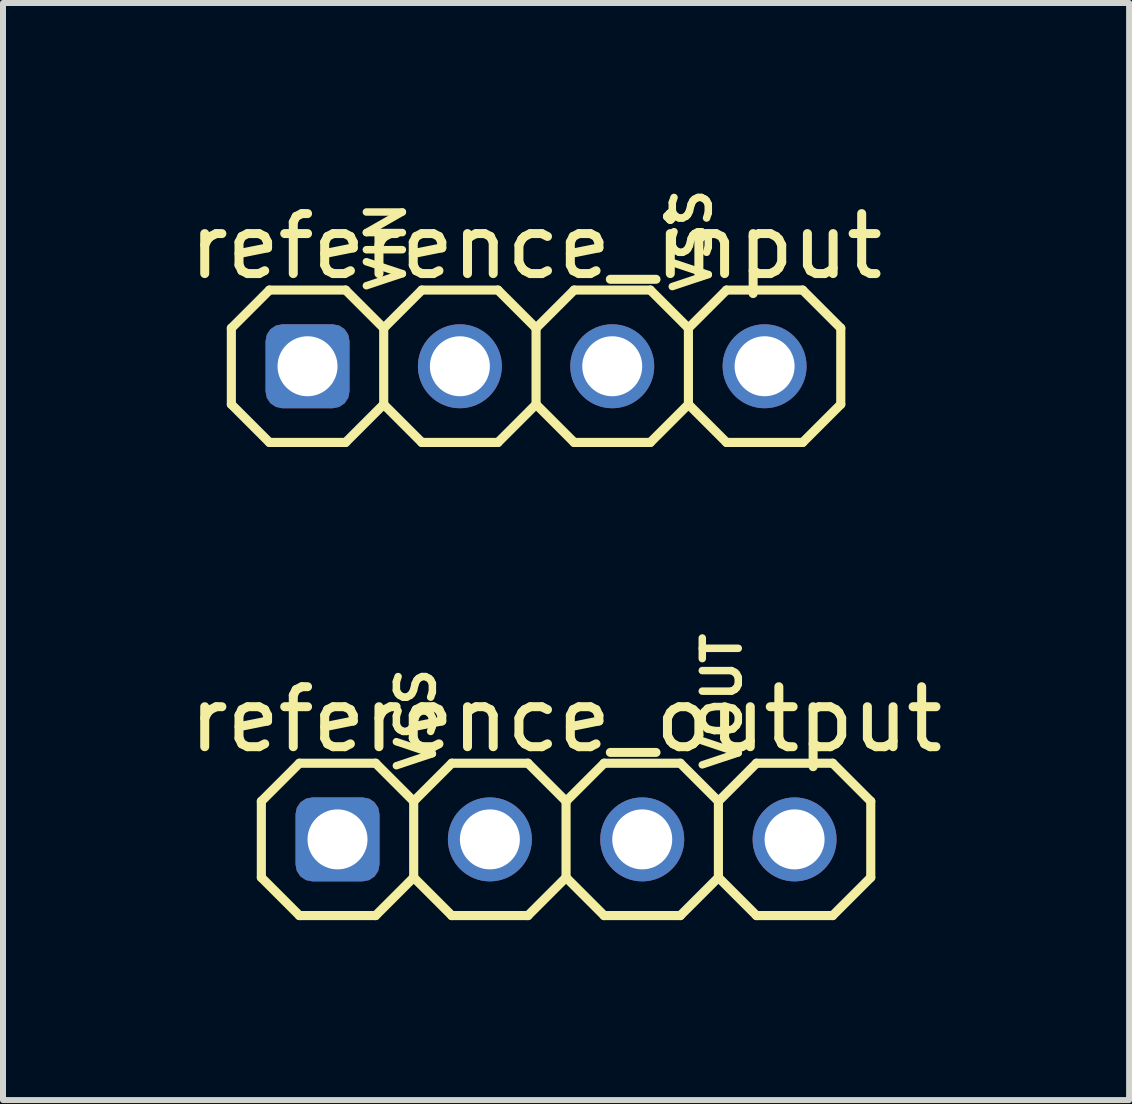
<source format=kicad_pcb>
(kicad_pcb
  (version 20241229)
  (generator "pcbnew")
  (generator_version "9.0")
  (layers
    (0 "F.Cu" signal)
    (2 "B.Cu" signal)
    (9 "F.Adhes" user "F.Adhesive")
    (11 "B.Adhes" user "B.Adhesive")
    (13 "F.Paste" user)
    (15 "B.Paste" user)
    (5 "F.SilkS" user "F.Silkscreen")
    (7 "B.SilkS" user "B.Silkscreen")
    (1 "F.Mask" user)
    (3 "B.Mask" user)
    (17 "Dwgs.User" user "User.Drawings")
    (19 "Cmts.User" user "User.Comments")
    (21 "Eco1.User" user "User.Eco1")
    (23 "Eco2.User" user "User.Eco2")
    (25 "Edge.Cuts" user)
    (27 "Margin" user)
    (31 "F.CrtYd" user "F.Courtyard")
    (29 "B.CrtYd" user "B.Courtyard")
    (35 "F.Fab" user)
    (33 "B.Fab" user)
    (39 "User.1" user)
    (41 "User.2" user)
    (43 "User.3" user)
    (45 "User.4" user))
  (footprint "reference_input"
    (layer "F.Cu")
    (at 5.887 3.056)
    (property "Reference" "reference_input" (at 0 -2 0) (layer "F.SilkS") (effects (font (size 1 1) (thickness 0.15))))
    (attr through_hole exclude_from_pos_files exclude_from_bom)
    (fp_line (start -5.08 -0.635) (end -5.08 0.635) (stroke (width 0.152) (type solid)) (layer "F.SilkS"))
    (fp_line (start -5.08 0.635) (end -4.445 1.27) (stroke (width 0.152) (type solid)) (layer "F.SilkS"))
    (fp_line (start -4.445 -1.27) (end -5.08 -0.635) (stroke (width 0.152) (type solid)) (layer "F.SilkS"))
    (fp_line (start -4.445 -1.27) (end -3.175 -1.27) (stroke (width 0.152) (type solid)) (layer "F.SilkS"))
    (fp_line (start -3.175 -1.27) (end -2.54 -0.635) (stroke (width 0.152) (type solid)) (layer "F.SilkS"))
    (fp_line (start -3.175 1.27) (end -4.445 1.27) (stroke (width 0.152) (type solid)) (layer "F.SilkS"))
    (fp_line (start -2.54 -0.635) (end -2.54 0.635) (stroke (width 0.152) (type solid)) (layer "F.SilkS"))
    (fp_line (start -2.54 -0.635) (end -1.905 -1.27) (stroke (width 0.152) (type solid)) (layer "F.SilkS"))
    (fp_line (start -2.54 0.635) (end -3.175 1.27) (stroke (width 0.152) (type solid)) (layer "F.SilkS"))
    (fp_line (start -1.905 -1.27) (end -0.635 -1.27) (stroke (width 0.152) (type solid)) (layer "F.SilkS"))
    (fp_line (start -1.905 1.27) (end -2.54 0.635) (stroke (width 0.152) (type solid)) (layer "F.SilkS"))
    (fp_line (start -0.635 -1.27) (end 0 -0.635) (stroke (width 0.152) (type solid)) (layer "F.SilkS"))
    (fp_line (start -0.635 1.27) (end -1.905 1.27) (stroke (width 0.152) (type solid)) (layer "F.SilkS"))
    (fp_line (start 0 -0.635) (end 0 0.635) (stroke (width 0.152) (type solid)) (layer "F.SilkS"))
    (fp_line (start 0 -0.635) (end 0.635 -1.27) (stroke (width 0.152) (type solid)) (layer "F.SilkS"))
    (fp_line (start 0 0.635) (end -0.635 1.27) (stroke (width 0.152) (type solid)) (layer "F.SilkS"))
    (fp_line (start 0.635 -1.27) (end 1.905 -1.27) (stroke (width 0.152) (type solid)) (layer "F.SilkS"))
    (fp_line (start 0.635 1.27) (end 0 0.635) (stroke (width 0.152) (type solid)) (layer "F.SilkS"))
    (fp_line (start 1.905 -1.27) (end 2.54 -0.635) (stroke (width 0.152) (type solid)) (layer "F.SilkS"))
    (fp_line (start 1.905 1.27) (end 0.635 1.27) (stroke (width 0.152) (type solid)) (layer "F.SilkS"))
    (fp_line (start 2.54 -0.635) (end 2.54 0.635) (stroke (width 0.152) (type solid)) (layer "F.SilkS"))
    (fp_line (start 2.54 0.635) (end 1.905 1.27) (stroke (width 0.152) (type solid)) (layer "F.SilkS"))
    (fp_line (start 2.54 0.635) (end 3.175 1.27) (stroke (width 0.152) (type solid)) (layer "F.SilkS"))
    (fp_line (start 3.175 -1.27) (end 2.54 -0.635) (stroke (width 0.152) (type solid)) (layer "F.SilkS"))
    (fp_line (start 3.175 -1.27) (end 4.445 -1.27) (stroke (width 0.152) (type solid)) (layer "F.SilkS"))
    (fp_line (start 4.445 -1.27) (end 5.08 -0.635) (stroke (width 0.152) (type solid)) (layer "F.SilkS"))
    (fp_line (start 4.445 1.27) (end 3.175 1.27) (stroke (width 0.152) (type solid)) (layer "F.SilkS"))
    (fp_line (start 5.08 -0.635) (end 5.08 0.635) (stroke (width 0.152) (type solid)) (layer "F.SilkS"))
    (fp_line (start 5.08 0.635) (end 4.445 1.27) (stroke (width 0.152) (type solid)) (layer "F.SilkS"))
    (fp_text user "VIN" (at -2.5 -2 90) (layer "F.SilkS") (effects (font (size 0.6 0.6) (thickness 0.125))))
    (fp_text user "VSS" (at 2.6 -2.1 90) (layer "F.SilkS") (effects (font (size 0.6 0.6) (thickness 0.125))))
    (pad "1" thru_hole roundrect (at -3.81 0 180) (size 1.4 1.4) (drill 1) (layers "*.Cu" "*.Mask") (roundrect_rratio 0.2))
    (pad "2" thru_hole circle (at -1.27 0 180) (size 1.4 1.4) (drill 1) (layers "*.Cu" "*.Mask"))
    (pad "3" thru_hole circle (at 1.27 0 180) (size 1.4 1.4) (drill 1) (layers "*.Cu" "*.Mask"))
    (pad "4" thru_hole circle (at 3.81 0 180) (size 1.4 1.4) (drill 1) (layers "*.Cu" "*.Mask")))
  (footprint "reference_output"
    (layer "F.Cu")
    (at 6.387 10.944)
    (property "Reference" "reference_output" (at 0 -2 0) (layer "F.SilkS") (effects (font (size 1 1) (thickness 0.15))))
    (attr through_hole exclude_from_pos_files exclude_from_bom)
    (fp_line (start -5.08 -0.635) (end -5.08 0.635) (stroke (width 0.152) (type solid)) (layer "F.SilkS"))
    (fp_line (start -5.08 0.635) (end -4.445 1.27) (stroke (width 0.152) (type solid)) (layer "F.SilkS"))
    (fp_line (start -4.445 -1.27) (end -5.08 -0.635) (stroke (width 0.152) (type solid)) (layer "F.SilkS"))
    (fp_line (start -4.445 -1.27) (end -3.175 -1.27) (stroke (width 0.152) (type solid)) (layer "F.SilkS"))
    (fp_line (start -3.175 -1.27) (end -2.54 -0.635) (stroke (width 0.152) (type solid)) (layer "F.SilkS"))
    (fp_line (start -3.175 1.27) (end -4.445 1.27) (stroke (width 0.152) (type solid)) (layer "F.SilkS"))
    (fp_line (start -2.54 -0.635) (end -2.54 0.635) (stroke (width 0.152) (type solid)) (layer "F.SilkS"))
    (fp_line (start -2.54 -0.635) (end -1.905 -1.27) (stroke (width 0.152) (type solid)) (layer "F.SilkS"))
    (fp_line (start -2.54 0.635) (end -3.175 1.27) (stroke (width 0.152) (type solid)) (layer "F.SilkS"))
    (fp_line (start -1.905 -1.27) (end -0.635 -1.27) (stroke (width 0.152) (type solid)) (layer "F.SilkS"))
    (fp_line (start -1.905 1.27) (end -2.54 0.635) (stroke (width 0.152) (type solid)) (layer "F.SilkS"))
    (fp_line (start -0.635 -1.27) (end 0 -0.635) (stroke (width 0.152) (type solid)) (layer "F.SilkS"))
    (fp_line (start -0.635 1.27) (end -1.905 1.27) (stroke (width 0.152) (type solid)) (layer "F.SilkS"))
    (fp_line (start 0 -0.635) (end 0 0.635) (stroke (width 0.152) (type solid)) (layer "F.SilkS"))
    (fp_line (start 0 -0.635) (end 0.635 -1.27) (stroke (width 0.152) (type solid)) (layer "F.SilkS"))
    (fp_line (start 0 0.635) (end -0.635 1.27) (stroke (width 0.152) (type solid)) (layer "F.SilkS"))
    (fp_line (start 0.635 -1.27) (end 1.905 -1.27) (stroke (width 0.152) (type solid)) (layer "F.SilkS"))
    (fp_line (start 0.635 1.27) (end 0 0.635) (stroke (width 0.152) (type solid)) (layer "F.SilkS"))
    (fp_line (start 1.905 -1.27) (end 2.54 -0.635) (stroke (width 0.152) (type solid)) (layer "F.SilkS"))
    (fp_line (start 1.905 1.27) (end 0.635 1.27) (stroke (width 0.152) (type solid)) (layer "F.SilkS"))
    (fp_line (start 2.54 -0.635) (end 2.54 0.635) (stroke (width 0.152) (type solid)) (layer "F.SilkS"))
    (fp_line (start 2.54 0.635) (end 1.905 1.27) (stroke (width 0.152) (type solid)) (layer "F.SilkS"))
    (fp_line (start 2.54 0.635) (end 3.175 1.27) (stroke (width 0.152) (type solid)) (layer "F.SilkS"))
    (fp_line (start 3.175 -1.27) (end 2.54 -0.635) (stroke (width 0.152) (type solid)) (layer "F.SilkS"))
    (fp_line (start 3.175 -1.27) (end 4.445 -1.27) (stroke (width 0.152) (type solid)) (layer "F.SilkS"))
    (fp_line (start 4.445 -1.27) (end 5.08 -0.635) (stroke (width 0.152) (type solid)) (layer "F.SilkS"))
    (fp_line (start 4.445 1.27) (end 3.175 1.27) (stroke (width 0.152) (type solid)) (layer "F.SilkS"))
    (fp_line (start 5.08 -0.635) (end 5.08 0.635) (stroke (width 0.152) (type solid)) (layer "F.SilkS"))
    (fp_line (start 5.08 0.635) (end 4.445 1.27) (stroke (width 0.152) (type solid)) (layer "F.SilkS"))
    (fp_text user "VSS" (at -2.5 -2 90) (layer "F.SilkS") (effects (font (size 0.6 0.6) (thickness 0.125))))
    (fp_text user "VOUT" (at 2.6 -2.3 90) (layer "F.SilkS") (effects (font (size 0.6 0.6) (thickness 0.125))))
    (pad "1" thru_hole roundrect (at -3.81 0 180) (size 1.4 1.4) (drill 1) (layers "*.Cu" "*.Mask") (roundrect_rratio 0.2))
    (pad "2" thru_hole circle (at -1.27 0 180) (size 1.4 1.4) (drill 1) (layers "*.Cu" "*.Mask"))
    (pad "3" thru_hole circle (at 1.27 0 180) (size 1.4 1.4) (drill 1) (layers "*.Cu" "*.Mask"))
    (pad "4" thru_hole circle (at 3.81 0 180) (size 1.4 1.4) (drill 1) (layers "*.Cu" "*.Mask")))
  (gr_rect
    (start -3 -3)
    (end 15.774 15.29)
    (stroke (width 0.1) (type default))
    (fill no)
    (layer "Edge.Cuts")))
</source>
